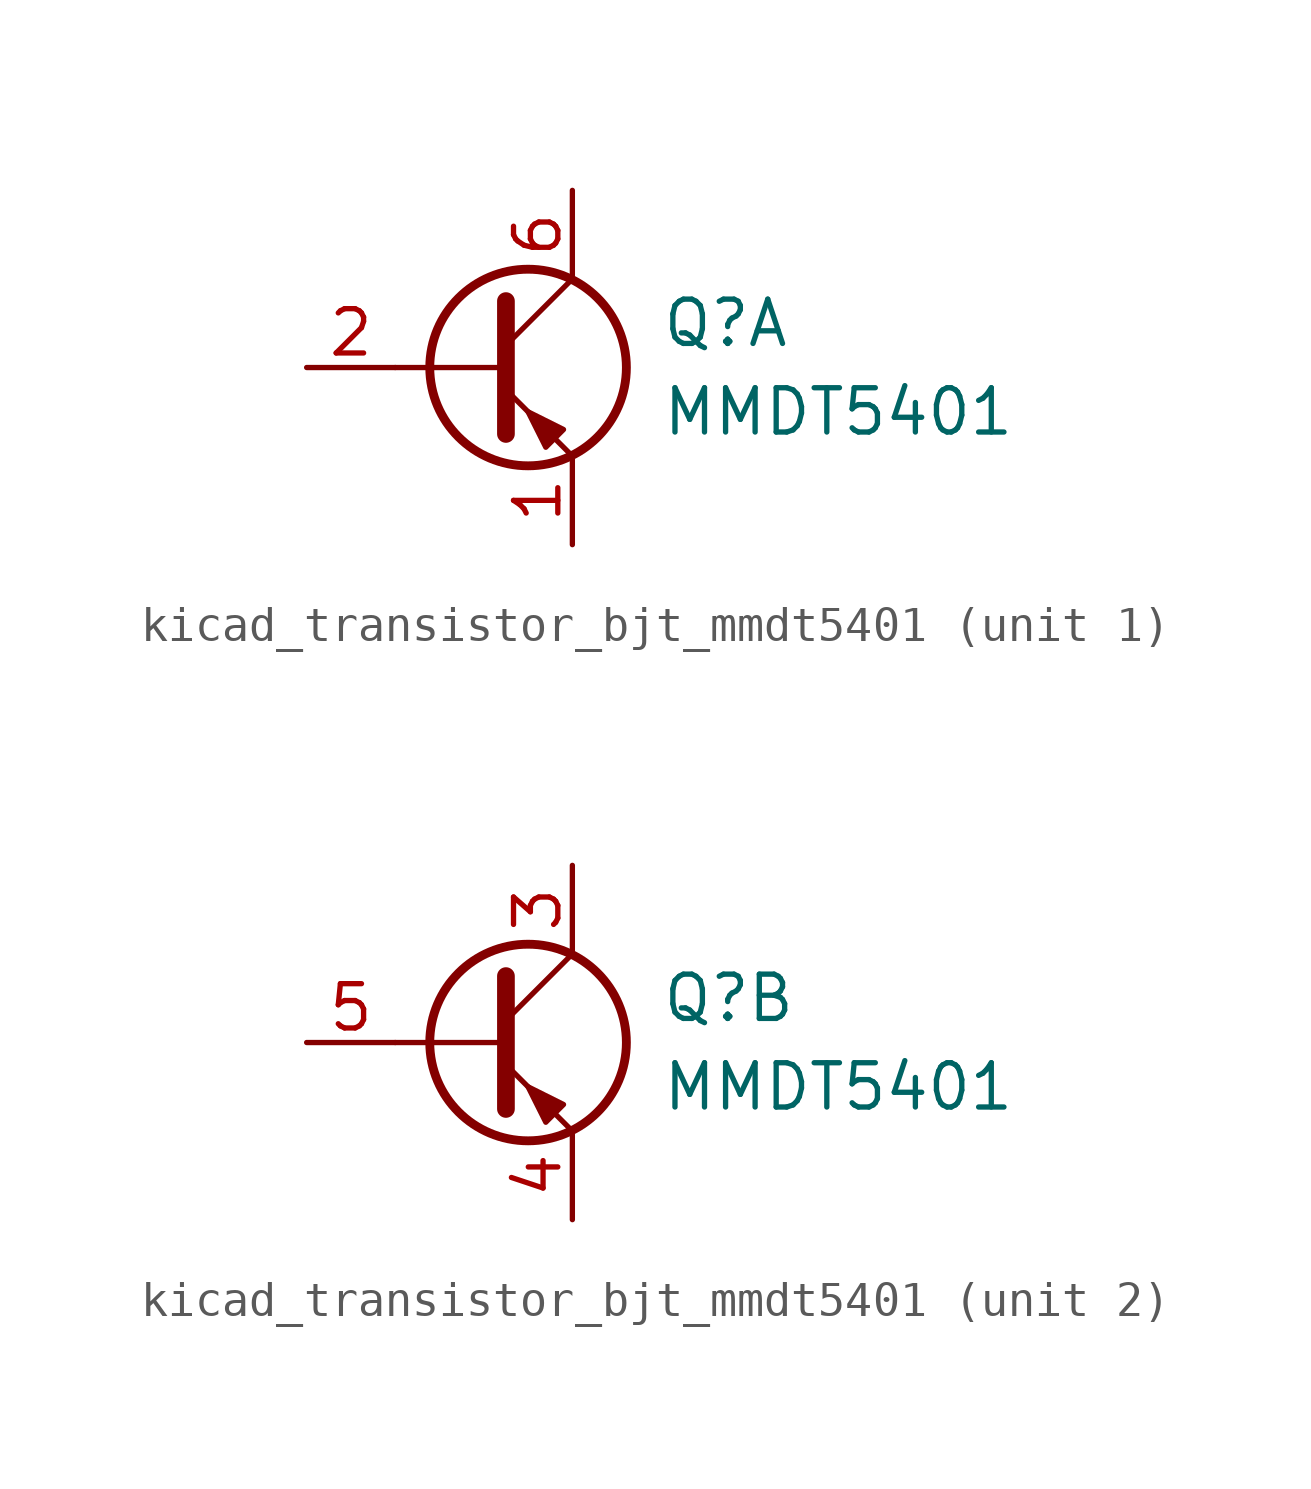
<source format=kicad_sym>
(kicad_symbol_lib
  (version 20220914)
  (generator kicad_symbol_editor)
  (symbol "kicad_transistor_bjt_mmdt5401"
    (pin_names
      (offset 0) hide)
    (property "Reference" "Q"
      (at 5.08 1.27 0)
      (effects (font (size 1.27 1.27)) (justify left)))
    (property "Value" "MMDT5401"
      (at 5.08 -1.27 0)
      (effects (font (size 1.27 1.27)) (justify left)))
    (property "ki_locked" ""
      (at 0 0 0)
      (effects (font (size 1.27 1.27))))
    (symbol "kicad_transistor_bjt_mmdt5401_0_1"
      (polyline (pts (xy 0.635 0) (xy -2.54 0)) (stroke (width 0) (type default)) (fill (type none)))
      (polyline (pts (xy 0.635 0.635) (xy 2.54 2.54)) (stroke (width 0) (type default)) (fill (type none)))
      (polyline (pts (xy 0.635 -0.635) (xy 2.54 -2.54) (xy 2.54 -2.54)) (stroke (width 0) (type default)) (fill (type none)))
      (polyline (pts (xy 0.635 1.905) (xy 0.635 -1.905) (xy 0.635 -1.905)) (stroke (width 0.508) (type default)) (fill (type none)))
      (polyline (pts (xy 2.286 -1.778) (xy 1.778 -2.286) (xy 1.27 -1.27) (xy 2.286 -1.778) (xy 2.286 -1.778)) (stroke (width 0) (type default)) (fill (type outline)))
      (circle (center 1.27 0) (radius 2.819) (stroke (width 0.254) (type default)) (fill (type none))))
    (symbol "kicad_transistor_bjt_mmdt5401_1_1"
      (pin passive line (at 2.54 -5.08 90) (length 2.54) (name "E1" (effects (font (size 1.27 1.27)))) (number "1" (effects (font (size 1.27 1.27)))))
      (pin input line (at -5.08 0 0) (length 2.54) (name "B1" (effects (font (size 1.27 1.27)))) (number "2" (effects (font (size 1.27 1.27)))))
      (pin passive line (at 2.54 5.08 270) (length 2.54) (name "C1" (effects (font (size 1.27 1.27)))) (number "6" (effects (font (size 1.27 1.27))))))
    (symbol "kicad_transistor_bjt_mmdt5401_2_1"
      (pin passive line (at 2.54 5.08 270) (length 2.54) (name "C2" (effects (font (size 1.27 1.27)))) (number "3" (effects (font (size 1.27 1.27)))))
      (pin passive line (at 2.54 -5.08 90) (length 2.54) (name "E2" (effects (font (size 1.27 1.27)))) (number "4" (effects (font (size 1.27 1.27)))))
      (pin input line (at -5.08 0 0) (length 2.54) (name "B2" (effects (font (size 1.27 1.27)))) (number "5" (effects (font (size 1.27 1.27))))))))
</source>
